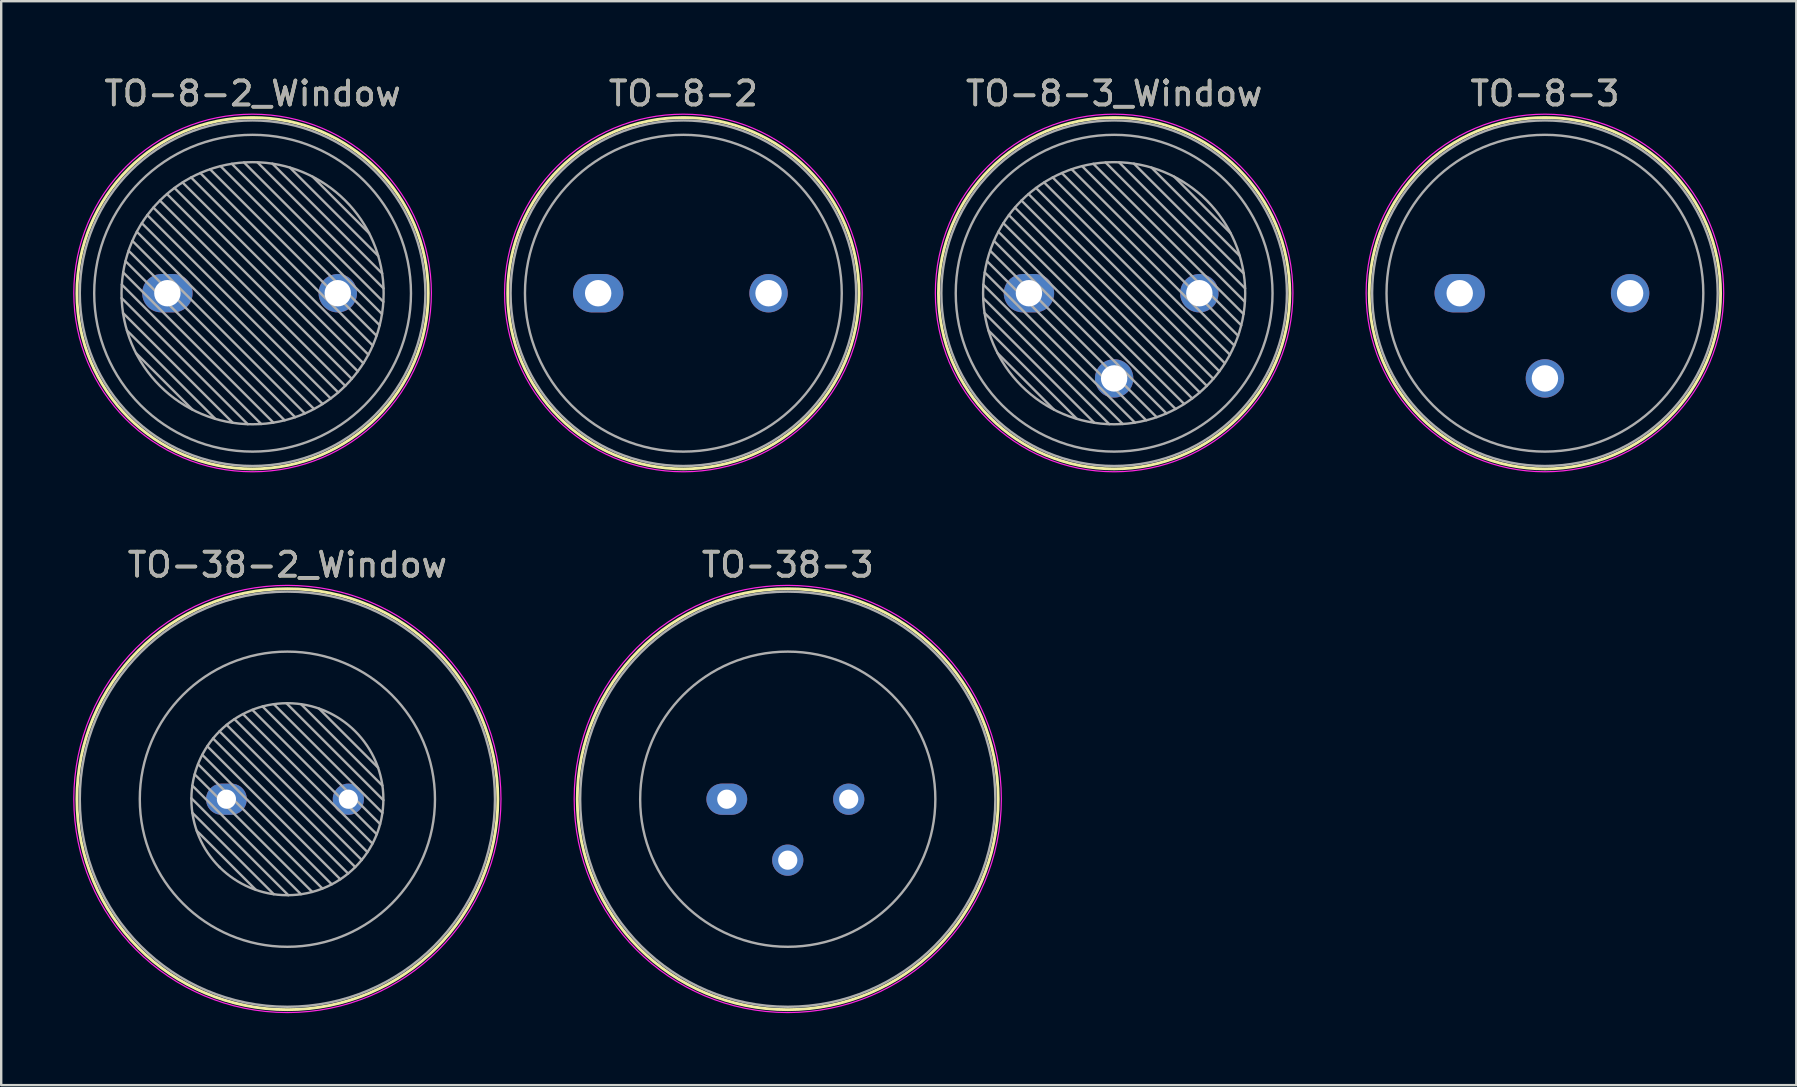
<source format=kicad_pcb>
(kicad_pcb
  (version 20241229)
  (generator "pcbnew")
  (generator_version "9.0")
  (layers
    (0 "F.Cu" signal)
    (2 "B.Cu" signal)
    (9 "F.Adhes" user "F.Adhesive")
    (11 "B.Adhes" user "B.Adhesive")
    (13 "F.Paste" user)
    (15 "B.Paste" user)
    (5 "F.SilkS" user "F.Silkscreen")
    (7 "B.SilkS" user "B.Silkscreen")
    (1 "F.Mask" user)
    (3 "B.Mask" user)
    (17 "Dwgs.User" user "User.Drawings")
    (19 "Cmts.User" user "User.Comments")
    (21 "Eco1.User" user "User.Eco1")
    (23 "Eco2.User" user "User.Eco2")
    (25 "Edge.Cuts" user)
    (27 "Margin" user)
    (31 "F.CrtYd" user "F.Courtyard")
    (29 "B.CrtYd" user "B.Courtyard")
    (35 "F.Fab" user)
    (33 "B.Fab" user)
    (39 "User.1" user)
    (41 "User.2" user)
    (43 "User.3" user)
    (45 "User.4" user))
  (footprint "TO-38-3"
    (layer "F.Cu")
    (at 27.235 30.252)
    (property "Reference" "TO-38-3" (at 2.54 -9.77 0) (layer "F.SilkS") (effects (font (size 1 1) (thickness 0.15))))
    (attr through_hole)
    (fp_circle (center 2.54 0) (end 11.31 0) (stroke (width 0.12) (type solid)) (fill no) (layer "F.SilkS"))
    (fp_circle (center 2.54 -0.01) (end 11.44 -0.01) (stroke (width 0.05) (type solid)) (fill no) (layer "F.CrtYd"))
    (fp_circle (center 2.54 0) (end 8.69 0) (stroke (width 0.1) (type solid)) (fill no) (layer "F.Fab"))
    (fp_circle (center 2.54 0) (end 11.19 0) (stroke (width 0.1) (type solid)) (fill no) (layer "F.Fab"))
    (fp_text user "${REFERENCE}" (at 2.54 -9.77 0) (layer "F.Fab") (effects (font (size 1 1) (thickness 0.15))))
    (pad "1" thru_hole oval (at 0 0) (size 1.7 1.3) (drill 0.8) (layers "*.Cu" "*.Mask"))
    (pad "2" thru_hole oval (at 2.54 2.54) (size 1.3 1.3) (drill 0.8) (layers "*.Cu" "*.Mask"))
    (pad "3" thru_hole oval (at 5.08 0) (size 1.3 1.3) (drill 0.8) (layers "*.Cu" "*.Mask")))
  (footprint "TO-8-3_Window"
    (layer "F.Cu")
    (at 39.825 9.168)
    (property "Reference" "TO-8-3_Window" (at 3.55 -8.32 0) (layer "F.SilkS") (effects (font (size 1 1) (thickness 0.15))))
    (attr through_hole)
    (fp_circle (center 3.55 0) (end 10.87 0) (stroke (width 0.12) (type solid)) (fill no) (layer "F.SilkS"))
    (fp_circle (center 3.55 -0.01) (end 11 -0.01) (stroke (width 0.05) (type solid)) (fill no) (layer "F.CrtYd"))
    (fp_line (start -1.908 0.2) (end 3.35 5.458) (stroke (width 0.1) (type solid)) (layer "F.Fab"))
    (fp_line (start -1.9 -0.359) (end 3.909 5.45) (stroke (width 0.1) (type solid)) (layer "F.Fab"))
    (fp_line (start -1.849 0.825) (end 2.725 5.399) (stroke (width 0.1) (type solid)) (layer "F.Fab"))
    (fp_line (start -1.842 -0.867) (end 4.417 5.392) (stroke (width 0.1) (type solid)) (layer "F.Fab"))
    (fp_line (start -1.746 -1.336) (end 4.886 5.296) (stroke (width 0.1) (type solid)) (layer "F.Fab"))
    (fp_line (start -1.686 1.553) (end 1.997 5.236) (stroke (width 0.1) (type solid)) (layer "F.Fab"))
    (fp_line (start -1.616 -1.772) (end 5.322 5.166) (stroke (width 0.1) (type solid)) (layer "F.Fab"))
    (fp_line (start -1.458 -2.18) (end 5.73 5.008) (stroke (width 0.1) (type solid)) (layer "F.Fab"))
    (fp_line (start -1.307 2.498) (end 1.052 4.857) (stroke (width 0.1) (type solid)) (layer "F.Fab"))
    (fp_line (start -1.274 -2.561) (end 6.111 4.824) (stroke (width 0.1) (type solid)) (layer "F.Fab"))
    (fp_line (start -1.066 -2.919) (end 6.469 4.616) (stroke (width 0.1) (type solid)) (layer "F.Fab"))
    (fp_line (start -0.836 -3.255) (end 6.805 4.386) (stroke (width 0.1) (type solid)) (layer "F.Fab"))
    (fp_line (start -0.584 -3.569) (end 7.119 4.134) (stroke (width 0.1) (type solid)) (layer "F.Fab"))
    (fp_line (start -0.312 -3.862) (end 7.412 3.862) (stroke (width 0.1) (type solid)) (layer "F.Fab"))
    (fp_line (start -0.019 -4.134) (end 7.684 3.569) (stroke (width 0.1) (type solid)) (layer "F.Fab"))
    (fp_line (start 0.295 -4.386) (end 7.936 3.255) (stroke (width 0.1) (type solid)) (layer "F.Fab"))
    (fp_line (start 0.631 -4.616) (end 8.166 2.919) (stroke (width 0.1) (type solid)) (layer "F.Fab"))
    (fp_line (start 0.989 -4.824) (end 8.374 2.561) (stroke (width 0.1) (type solid)) (layer "F.Fab"))
    (fp_line (start 1.37 -5.008) (end 8.558 2.18) (stroke (width 0.1) (type solid)) (layer "F.Fab"))
    (fp_line (start 1.778 -5.166) (end 8.716 1.772) (stroke (width 0.1) (type solid)) (layer "F.Fab"))
    (fp_line (start 2.214 -5.296) (end 8.846 1.336) (stroke (width 0.1) (type solid)) (layer "F.Fab"))
    (fp_line (start 2.683 -5.392) (end 8.942 0.867) (stroke (width 0.1) (type solid)) (layer "F.Fab"))
    (fp_line (start 3.191 -5.45) (end 9 0.359) (stroke (width 0.1) (type solid)) (layer "F.Fab"))
    (fp_line (start 3.75 -5.458) (end 9.008 -0.2) (stroke (width 0.1) (type solid)) (layer "F.Fab"))
    (fp_line (start 4.375 -5.399) (end 8.949 -0.825) (stroke (width 0.1) (type solid)) (layer "F.Fab"))
    (fp_line (start 5.103 -5.236) (end 8.786 -1.553) (stroke (width 0.1) (type solid)) (layer "F.Fab"))
    (fp_line (start 6.048 -4.857) (end 8.407 -2.498) (stroke (width 0.1) (type solid)) (layer "F.Fab"))
    (fp_circle (center 3.55 0) (end 9.011 0) (stroke (width 0.1) (type solid)) (fill no) (layer "F.Fab"))
    (fp_circle (center 3.55 0) (end 10.15 0) (stroke (width 0.1) (type solid)) (fill no) (layer "F.Fab"))
    (fp_circle (center 3.55 0) (end 10.75 0) (stroke (width 0.1) (type solid)) (fill no) (layer "F.Fab"))
    (fp_text user "${REFERENCE}" (at 3.55 -8.32 0) (layer "F.Fab") (effects (font (size 1 1) (thickness 0.15))))
    (pad "1" thru_hole oval (at 0 0) (size 2.1 1.6) (drill 1.1) (layers "*.Cu" "*.Mask"))
    (pad "2" thru_hole oval (at 3.55 3.55) (size 1.6 1.6) (drill 1.1) (layers "*.Cu" "*.Mask"))
    (pad "3" thru_hole oval (at 7.1 0) (size 1.6 1.6) (drill 1.1) (layers "*.Cu" "*.Mask")))
  (footprint "TO-8-2_Window"
    (layer "F.Cu")
    (at 3.925 9.168)
    (property "Reference" "TO-8-2_Window" (at 3.55 -8.32 0) (layer "F.SilkS") (effects (font (size 1 1) (thickness 0.15))))
    (attr through_hole)
    (fp_circle (center 3.55 0) (end 10.87 0) (stroke (width 0.12) (type solid)) (fill no) (layer "F.SilkS"))
    (fp_circle (center 3.55 -0.01) (end 11 -0.01) (stroke (width 0.05) (type solid)) (fill no) (layer "F.CrtYd"))
    (fp_line (start -1.908 0.2) (end 3.35 5.458) (stroke (width 0.1) (type solid)) (layer "F.Fab"))
    (fp_line (start -1.9 -0.359) (end 3.909 5.45) (stroke (width 0.1) (type solid)) (layer "F.Fab"))
    (fp_line (start -1.849 0.825) (end 2.725 5.399) (stroke (width 0.1) (type solid)) (layer "F.Fab"))
    (fp_line (start -1.842 -0.867) (end 4.417 5.392) (stroke (width 0.1) (type solid)) (layer "F.Fab"))
    (fp_line (start -1.746 -1.336) (end 4.886 5.296) (stroke (width 0.1) (type solid)) (layer "F.Fab"))
    (fp_line (start -1.686 1.553) (end 1.997 5.236) (stroke (width 0.1) (type solid)) (layer "F.Fab"))
    (fp_line (start -1.616 -1.772) (end 5.322 5.166) (stroke (width 0.1) (type solid)) (layer "F.Fab"))
    (fp_line (start -1.458 -2.18) (end 5.73 5.008) (stroke (width 0.1) (type solid)) (layer "F.Fab"))
    (fp_line (start -1.307 2.498) (end 1.052 4.857) (stroke (width 0.1) (type solid)) (layer "F.Fab"))
    (fp_line (start -1.274 -2.561) (end 6.111 4.824) (stroke (width 0.1) (type solid)) (layer "F.Fab"))
    (fp_line (start -1.066 -2.919) (end 6.469 4.616) (stroke (width 0.1) (type solid)) (layer "F.Fab"))
    (fp_line (start -0.836 -3.255) (end 6.805 4.386) (stroke (width 0.1) (type solid)) (layer "F.Fab"))
    (fp_line (start -0.584 -3.569) (end 7.119 4.134) (stroke (width 0.1) (type solid)) (layer "F.Fab"))
    (fp_line (start -0.312 -3.862) (end 7.412 3.862) (stroke (width 0.1) (type solid)) (layer "F.Fab"))
    (fp_line (start -0.019 -4.134) (end 7.684 3.569) (stroke (width 0.1) (type solid)) (layer "F.Fab"))
    (fp_line (start 0.295 -4.386) (end 7.936 3.255) (stroke (width 0.1) (type solid)) (layer "F.Fab"))
    (fp_line (start 0.631 -4.616) (end 8.166 2.919) (stroke (width 0.1) (type solid)) (layer "F.Fab"))
    (fp_line (start 0.989 -4.824) (end 8.374 2.561) (stroke (width 0.1) (type solid)) (layer "F.Fab"))
    (fp_line (start 1.37 -5.008) (end 8.558 2.18) (stroke (width 0.1) (type solid)) (layer "F.Fab"))
    (fp_line (start 1.778 -5.166) (end 8.716 1.772) (stroke (width 0.1) (type solid)) (layer "F.Fab"))
    (fp_line (start 2.214 -5.296) (end 8.846 1.336) (stroke (width 0.1) (type solid)) (layer "F.Fab"))
    (fp_line (start 2.683 -5.392) (end 8.942 0.867) (stroke (width 0.1) (type solid)) (layer "F.Fab"))
    (fp_line (start 3.191 -5.45) (end 9 0.359) (stroke (width 0.1) (type solid)) (layer "F.Fab"))
    (fp_line (start 3.75 -5.458) (end 9.008 -0.2) (stroke (width 0.1) (type solid)) (layer "F.Fab"))
    (fp_line (start 4.375 -5.399) (end 8.949 -0.825) (stroke (width 0.1) (type solid)) (layer "F.Fab"))
    (fp_line (start 5.103 -5.236) (end 8.786 -1.553) (stroke (width 0.1) (type solid)) (layer "F.Fab"))
    (fp_line (start 6.048 -4.857) (end 8.407 -2.498) (stroke (width 0.1) (type solid)) (layer "F.Fab"))
    (fp_circle (center 3.55 0) (end 9.011 0) (stroke (width 0.1) (type solid)) (fill no) (layer "F.Fab"))
    (fp_circle (center 3.55 0) (end 10.15 0) (stroke (width 0.1) (type solid)) (fill no) (layer "F.Fab"))
    (fp_circle (center 3.55 0) (end 10.75 0) (stroke (width 0.1) (type solid)) (fill no) (layer "F.Fab"))
    (fp_text user "${REFERENCE}" (at 3.55 -8.32 0) (layer "F.Fab") (effects (font (size 1 1) (thickness 0.15))))
    (pad "1" thru_hole oval (at 0 0) (size 2.1 1.6) (drill 1.1) (layers "*.Cu" "*.Mask"))
    (pad "2" thru_hole oval (at 7.1 0) (size 1.6 1.6) (drill 1.1) (layers "*.Cu" "*.Mask")))
  (footprint "TO-8-3"
    (layer "F.Cu")
    (at 57.775 9.168)
    (property "Reference" "TO-8-3" (at 3.55 -8.32 0) (layer "F.SilkS") (effects (font (size 1 1) (thickness 0.15))))
    (attr through_hole)
    (fp_circle (center 3.55 0) (end 10.87 0) (stroke (width 0.12) (type solid)) (fill no) (layer "F.SilkS"))
    (fp_circle (center 3.55 -0.01) (end 11 -0.01) (stroke (width 0.05) (type solid)) (fill no) (layer "F.CrtYd"))
    (fp_circle (center 3.55 0) (end 10.15 0) (stroke (width 0.1) (type solid)) (fill no) (layer "F.Fab"))
    (fp_circle (center 3.55 0) (end 10.75 0) (stroke (width 0.1) (type solid)) (fill no) (layer "F.Fab"))
    (fp_text user "${REFERENCE}" (at 3.55 -8.32 0) (layer "F.Fab") (effects (font (size 1 1) (thickness 0.15))))
    (pad "1" thru_hole oval (at 0 0) (size 2.1 1.6) (drill 1.1) (layers "*.Cu" "*.Mask"))
    (pad "2" thru_hole oval (at 3.55 3.55) (size 1.6 1.6) (drill 1.1) (layers "*.Cu" "*.Mask"))
    (pad "3" thru_hole oval (at 7.1 0) (size 1.6 1.6) (drill 1.1) (layers "*.Cu" "*.Mask")))
  (footprint "TO-8-2"
    (layer "F.Cu")
    (at 21.875 9.168)
    (property "Reference" "TO-8-2" (at 3.55 -8.32 0) (layer "F.SilkS") (effects (font (size 1 1) (thickness 0.15))))
    (attr through_hole)
    (fp_circle (center 3.55 0) (end 10.87 0) (stroke (width 0.12) (type solid)) (fill no) (layer "F.SilkS"))
    (fp_circle (center 3.55 -0.01) (end 11 -0.01) (stroke (width 0.05) (type solid)) (fill no) (layer "F.CrtYd"))
    (fp_circle (center 3.55 0) (end 10.15 0) (stroke (width 0.1) (type solid)) (fill no) (layer "F.Fab"))
    (fp_circle (center 3.55 0) (end 10.75 0) (stroke (width 0.1) (type solid)) (fill no) (layer "F.Fab"))
    (fp_text user "${REFERENCE}" (at 3.55 -8.32 0) (layer "F.Fab") (effects (font (size 1 1) (thickness 0.15))))
    (pad "1" thru_hole oval (at 0 0) (size 2.1 1.6) (drill 1.1) (layers "*.Cu" "*.Mask"))
    (pad "2" thru_hole oval (at 7.1 0) (size 1.6 1.6) (drill 1.1) (layers "*.Cu" "*.Mask")))
  (footprint "TO-38-2_Window"
    (layer "F.Cu")
    (at 6.385 30.252)
    (property "Reference" "TO-38-2_Window" (at 2.54 -9.77 0) (layer "F.SilkS") (effects (font (size 1 1) (thickness 0.15))))
    (attr through_hole)
    (fp_circle (center 2.54 0) (end 11.31 0) (stroke (width 0.12) (type solid)) (fill no) (layer "F.SilkS"))
    (fp_circle (center 2.54 -0.01) (end 11.44 -0.01) (stroke (width 0.05) (type solid)) (fill no) (layer "F.CrtYd"))
    (fp_line (start -1.46 -0.041) (end 2.581 4) (stroke (width 0.1) (type solid)) (layer "F.Fab"))
    (fp_line (start -1.42 -0.566) (end 3.106 3.96) (stroke (width 0.1) (type solid)) (layer "F.Fab"))
    (fp_line (start -1.42 0.566) (end 1.974 3.96) (stroke (width 0.1) (type solid)) (layer "F.Fab"))
    (fp_line (start -1.324 -1.036) (end 3.576 3.864) (stroke (width 0.1) (type solid)) (layer "F.Fab"))
    (fp_line (start -1.239 1.313) (end 1.227 3.779) (stroke (width 0.1) (type solid)) (layer "F.Fab"))
    (fp_line (start -1.184 -1.461) (end 4.001 3.724) (stroke (width 0.1) (type solid)) (layer "F.Fab"))
    (fp_line (start -1.007 -1.85) (end 4.39 3.547) (stroke (width 0.1) (type solid)) (layer "F.Fab"))
    (fp_line (start -0.797 -2.206) (end 4.746 3.337) (stroke (width 0.1) (type solid)) (layer "F.Fab"))
    (fp_line (start -0.558 -2.532) (end 5.072 3.098) (stroke (width 0.1) (type solid)) (layer "F.Fab"))
    (fp_line (start -0.289 -2.829) (end 5.369 2.829) (stroke (width 0.1) (type solid)) (layer "F.Fab"))
    (fp_line (start -0.289 2.829) (end -0.289 2.829) (stroke (width 0.1) (type solid)) (layer "F.Fab"))
    (fp_line (start 0.008 -3.098) (end 5.638 2.532) (stroke (width 0.1) (type solid)) (layer "F.Fab"))
    (fp_line (start 0.334 -3.337) (end 5.877 2.206) (stroke (width 0.1) (type solid)) (layer "F.Fab"))
    (fp_line (start 0.69 -3.547) (end 6.087 1.85) (stroke (width 0.1) (type solid)) (layer "F.Fab"))
    (fp_line (start 1.079 -3.724) (end 6.264 1.461) (stroke (width 0.1) (type solid)) (layer "F.Fab"))
    (fp_line (start 1.504 -3.864) (end 6.404 1.036) (stroke (width 0.1) (type solid)) (layer "F.Fab"))
    (fp_line (start 1.974 -3.96) (end 6.5 0.566) (stroke (width 0.1) (type solid)) (layer "F.Fab"))
    (fp_line (start 2.499 -4) (end 6.54 0.041) (stroke (width 0.1) (type solid)) (layer "F.Fab"))
    (fp_line (start 3.106 -3.96) (end 6.5 -0.566) (stroke (width 0.1) (type solid)) (layer "F.Fab"))
    (fp_line (start 3.853 -3.779) (end 6.319 -1.313) (stroke (width 0.1) (type solid)) (layer "F.Fab"))
    (fp_circle (center 2.54 0) (end 6.54 0) (stroke (width 0.1) (type solid)) (fill no) (layer "F.Fab"))
    (fp_circle (center 2.54 0) (end 8.69 0) (stroke (width 0.1) (type solid)) (fill no) (layer "F.Fab"))
    (fp_circle (center 2.54 0) (end 11.19 0) (stroke (width 0.1) (type solid)) (fill no) (layer "F.Fab"))
    (fp_text user "${REFERENCE}" (at 2.54 -9.77 0) (layer "F.Fab") (effects (font (size 1 1) (thickness 0.15))))
    (pad "1" thru_hole oval (at 0 0) (size 1.7 1.3) (drill 0.8) (layers "*.Cu" "*.Mask"))
    (pad "2" thru_hole oval (at 5.08 0) (size 1.3 1.3) (drill 0.8) (layers "*.Cu" "*.Mask")))
  (gr_rect
    (start -3 -3)
    (end 71.8 42.166)
    (stroke (width 0.1) (type default))
    (fill no)
    (layer "Edge.Cuts")))
</source>
